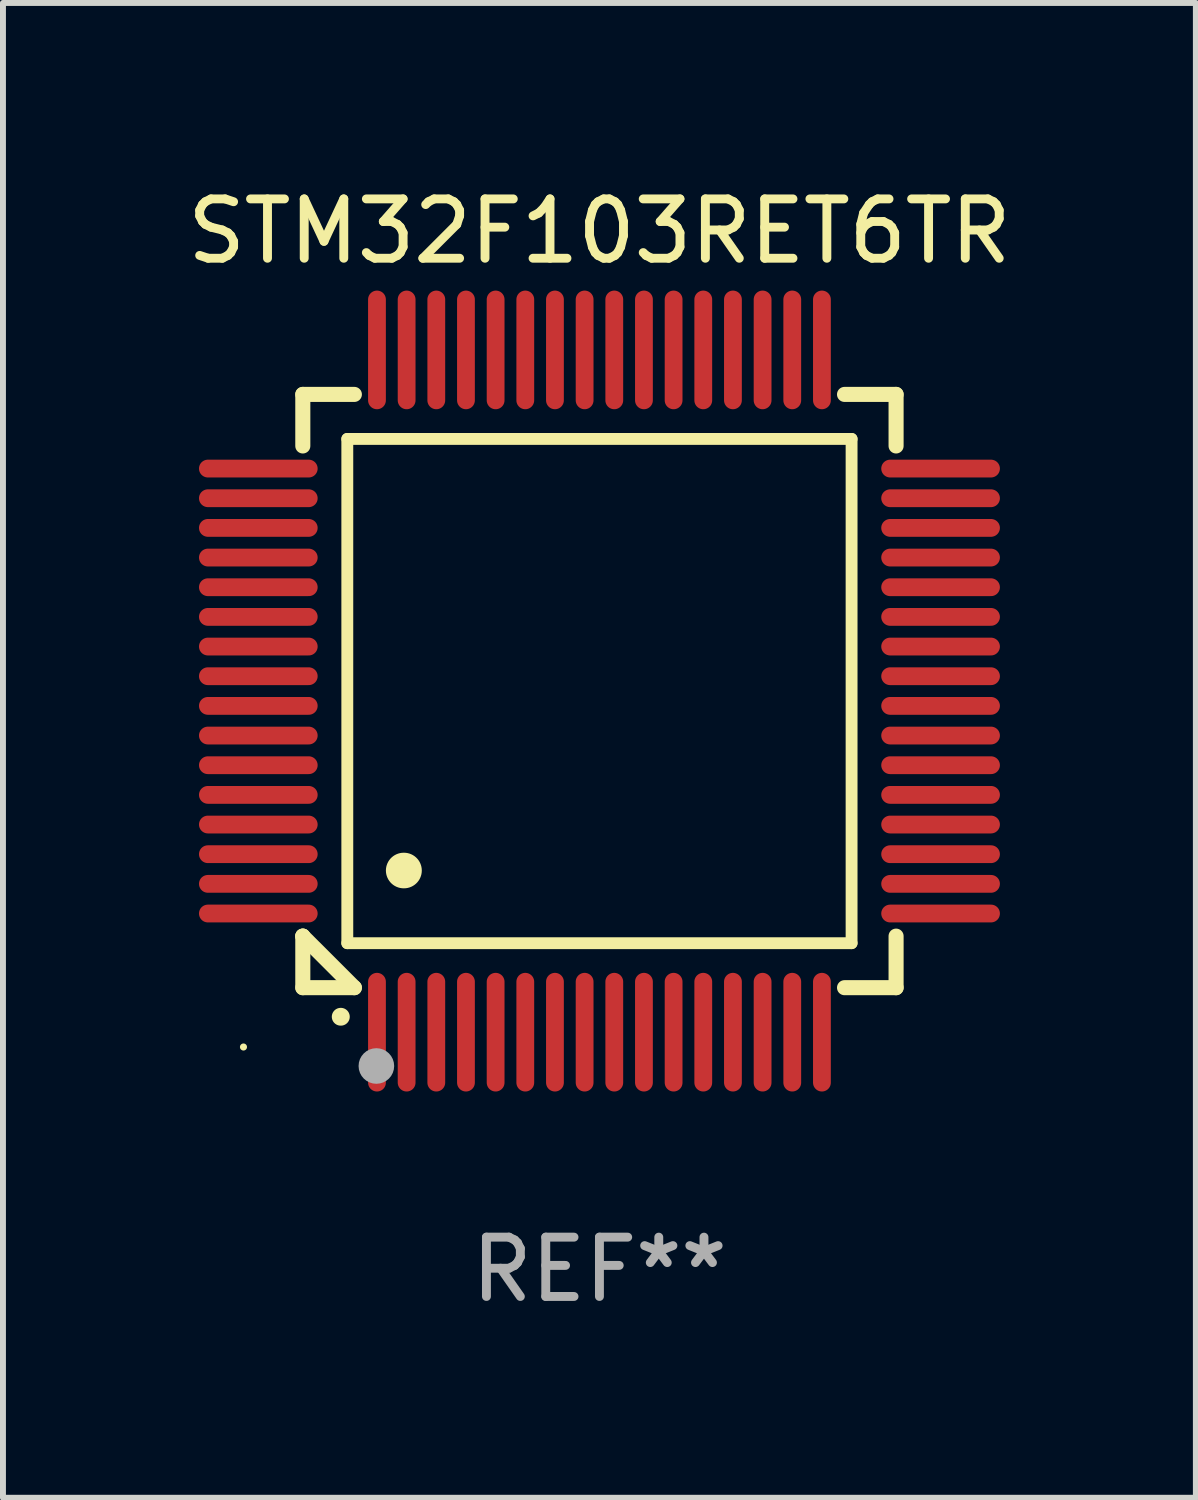
<source format=kicad_pcb>
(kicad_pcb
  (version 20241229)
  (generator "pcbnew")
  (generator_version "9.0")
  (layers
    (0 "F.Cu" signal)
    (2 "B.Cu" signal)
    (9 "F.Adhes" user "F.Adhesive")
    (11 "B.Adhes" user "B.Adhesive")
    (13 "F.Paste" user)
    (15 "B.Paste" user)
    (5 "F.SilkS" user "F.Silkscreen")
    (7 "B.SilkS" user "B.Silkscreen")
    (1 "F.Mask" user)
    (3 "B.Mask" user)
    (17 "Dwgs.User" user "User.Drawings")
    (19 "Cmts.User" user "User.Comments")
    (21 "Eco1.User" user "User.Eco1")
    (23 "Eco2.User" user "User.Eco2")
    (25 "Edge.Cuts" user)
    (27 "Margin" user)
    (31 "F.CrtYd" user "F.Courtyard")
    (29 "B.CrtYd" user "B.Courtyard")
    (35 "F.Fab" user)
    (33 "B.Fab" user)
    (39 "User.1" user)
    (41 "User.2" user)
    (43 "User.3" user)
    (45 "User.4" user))
  (footprint "STM32F103RET6TR"
    (layer "F.Cu")
    (at 7.054 8.598)
    (property "Reference" "STM32F103RET6TR" (at 0 -7.75 0) (layer "F.SilkS") (effects (font (size 1 1) (thickness 0.15))))
    (attr through_hole)
    (fp_line (start -5 -5) (end -4.131 -5) (stroke (width 0.254) (type solid)) (layer "F.SilkS"))
    (fp_line (start -5 -4.131) (end -5 -5) (stroke (width 0.254) (type solid)) (layer "F.SilkS"))
    (fp_line (start -5 4.131) (end -5 4.131) (stroke (width 0.254) (type solid)) (layer "F.SilkS"))
    (fp_line (start -5 5) (end -5 4.131) (stroke (width 0.254) (type solid)) (layer "F.SilkS"))
    (fp_line (start -5 4.131) (end -4.131 5) (stroke (width 0.254) (type solid)) (layer "F.SilkS"))
    (fp_line (start -4.25 -4.25) (end -4.25 4.25) (stroke (width 0.2) (type solid)) (layer "F.SilkS"))
    (fp_line (start -4.25 4.25) (end 4.25 4.25) (stroke (width 0.2) (type solid)) (layer "F.SilkS"))
    (fp_line (start -4.131 5) (end -5 5) (stroke (width 0.254) (type solid)) (layer "F.SilkS"))
    (fp_line (start 4.25 -4.25) (end -4.25 -4.25) (stroke (width 0.2) (type solid)) (layer "F.SilkS"))
    (fp_line (start 4.25 4.25) (end 4.25 -4.25) (stroke (width 0.2) (type solid)) (layer "F.SilkS"))
    (fp_line (start 5 -5) (end 4.131 -5) (stroke (width 0.254) (type solid)) (layer "F.SilkS"))
    (fp_line (start 5 -5) (end 5 -4.131) (stroke (width 0.254) (type solid)) (layer "F.SilkS"))
    (fp_line (start 5 4.131) (end 5 5) (stroke (width 0.254) (type solid)) (layer "F.SilkS"))
    (fp_line (start 5 5) (end 4.131 5) (stroke (width 0.254) (type solid)) (layer "F.SilkS"))
    (fp_arc (start -4.361265 5.489992) (mid -4.359995 5.489987) (end -4.358725 5.489992) (stroke (width 0.3) (type solid)) (layer "F.SilkS"))
    (fp_arc (start -3.299467 3.025146) (mid -3.296927 3.025135) (end -3.294387 3.025146) (stroke (width 0.6) (type solid)) (layer "F.SilkS"))
    (fp_circle (center -6 6) (end -5.97 6) (stroke (width 0.06) (type solid)) (fill no) (layer "F.SilkS"))
    (fp_circle (center -3.76 6.32) (end -3.61 6.32) (stroke (width 0.3) (type solid)) (fill no) (layer "F.Fab"))
    (fp_text user "REF**" (at 0 9.75 0) (layer "F.Fab") (effects (font (size 1 1) (thickness 0.15))))
    (pad "1" smd oval (at -3.75 5.75) (size 0.3 2) (layers "F.Cu" "F.Mask" "F.Paste"))
    (pad "2" smd oval (at -3.25 5.75) (size 0.3 2) (layers "F.Cu" "F.Mask" "F.Paste"))
    (pad "3" smd oval (at -2.75 5.75) (size 0.3 2) (layers "F.Cu" "F.Mask" "F.Paste"))
    (pad "4" smd oval (at -2.25 5.75) (size 0.3 2) (layers "F.Cu" "F.Mask" "F.Paste"))
    (pad "5" smd oval (at -1.75 5.75) (size 0.3 2) (layers "F.Cu" "F.Mask" "F.Paste"))
    (pad "6" smd oval (at -1.25 5.75) (size 0.3 2) (layers "F.Cu" "F.Mask" "F.Paste"))
    (pad "7" smd oval (at -0.75 5.75) (size 0.3 2) (layers "F.Cu" "F.Mask" "F.Paste"))
    (pad "8" smd oval (at -0.25 5.75) (size 0.3 2) (layers "F.Cu" "F.Mask" "F.Paste"))
    (pad "9" smd oval (at 0.25 5.75) (size 0.3 2) (layers "F.Cu" "F.Mask" "F.Paste"))
    (pad "10" smd oval (at 0.75 5.75) (size 0.3 2) (layers "F.Cu" "F.Mask" "F.Paste"))
    (pad "11" smd oval (at 1.25 5.75) (size 0.3 2) (layers "F.Cu" "F.Mask" "F.Paste"))
    (pad "12" smd oval (at 1.75 5.75) (size 0.3 2) (layers "F.Cu" "F.Mask" "F.Paste"))
    (pad "13" smd oval (at 2.25 5.75) (size 0.3 2) (layers "F.Cu" "F.Mask" "F.Paste"))
    (pad "14" smd oval (at 2.75 5.75) (size 0.3 2) (layers "F.Cu" "F.Mask" "F.Paste"))
    (pad "15" smd oval (at 3.25 5.75) (size 0.3 2) (layers "F.Cu" "F.Mask" "F.Paste"))
    (pad "16" smd oval (at 3.75 5.75) (size 0.3 2) (layers "F.Cu" "F.Mask" "F.Paste"))
    (pad "17" smd oval (at 5.75 3.75) (size 2 0.3) (layers "F.Cu" "F.Mask" "F.Paste"))
    (pad "18" smd oval (at 5.75 3.25) (size 2 0.3) (layers "F.Cu" "F.Mask" "F.Paste"))
    (pad "19" smd oval (at 5.75 2.75) (size 2 0.3) (layers "F.Cu" "F.Mask" "F.Paste"))
    (pad "20" smd oval (at 5.75 2.25) (size 2 0.3) (layers "F.Cu" "F.Mask" "F.Paste"))
    (pad "21" smd oval (at 5.75 1.75) (size 2 0.3) (layers "F.Cu" "F.Mask" "F.Paste"))
    (pad "22" smd oval (at 5.75 1.25) (size 2 0.3) (layers "F.Cu" "F.Mask" "F.Paste"))
    (pad "23" smd oval (at 5.75 0.75) (size 2 0.3) (layers "F.Cu" "F.Mask" "F.Paste"))
    (pad "24" smd oval (at 5.75 0.25) (size 2 0.3) (layers "F.Cu" "F.Mask" "F.Paste"))
    (pad "25" smd oval (at 5.75 -0.25) (size 2 0.3) (layers "F.Cu" "F.Mask" "F.Paste"))
    (pad "26" smd oval (at 5.75 -0.75) (size 2 0.3) (layers "F.Cu" "F.Mask" "F.Paste"))
    (pad "27" smd oval (at 5.75 -1.25) (size 2 0.3) (layers "F.Cu" "F.Mask" "F.Paste"))
    (pad "28" smd oval (at 5.75 -1.75) (size 2 0.3) (layers "F.Cu" "F.Mask" "F.Paste"))
    (pad "29" smd oval (at 5.75 -2.25) (size 2 0.3) (layers "F.Cu" "F.Mask" "F.Paste"))
    (pad "30" smd oval (at 5.75 -2.75) (size 2 0.3) (layers "F.Cu" "F.Mask" "F.Paste"))
    (pad "31" smd oval (at 5.75 -3.25) (size 2 0.3) (layers "F.Cu" "F.Mask" "F.Paste"))
    (pad "32" smd oval (at 5.75 -3.75) (size 2 0.3) (layers "F.Cu" "F.Mask" "F.Paste"))
    (pad "33" smd oval (at 3.75 -5.75) (size 0.3 2) (layers "F.Cu" "F.Mask" "F.Paste"))
    (pad "34" smd oval (at 3.25 -5.75) (size 0.3 2) (layers "F.Cu" "F.Mask" "F.Paste"))
    (pad "35" smd oval (at 2.75 -5.75) (size 0.3 2) (layers "F.Cu" "F.Mask" "F.Paste"))
    (pad "36" smd oval (at 2.25 -5.75) (size 0.3 2) (layers "F.Cu" "F.Mask" "F.Paste"))
    (pad "37" smd oval (at 1.75 -5.75) (size 0.3 2) (layers "F.Cu" "F.Mask" "F.Paste"))
    (pad "38" smd oval (at 1.25 -5.75) (size 0.3 2) (layers "F.Cu" "F.Mask" "F.Paste"))
    (pad "39" smd oval (at 0.75 -5.75) (size 0.3 2) (layers "F.Cu" "F.Mask" "F.Paste"))
    (pad "40" smd oval (at 0.25 -5.75) (size 0.3 2) (layers "F.Cu" "F.Mask" "F.Paste"))
    (pad "41" smd oval (at -0.25 -5.75) (size 0.3 2) (layers "F.Cu" "F.Mask" "F.Paste"))
    (pad "42" smd oval (at -0.75 -5.75) (size 0.3 2) (layers "F.Cu" "F.Mask" "F.Paste"))
    (pad "43" smd oval (at -1.25 -5.75) (size 0.3 2) (layers "F.Cu" "F.Mask" "F.Paste"))
    (pad "44" smd oval (at -1.75 -5.75) (size 0.3 2) (layers "F.Cu" "F.Mask" "F.Paste"))
    (pad "45" smd oval (at -2.25 -5.75) (size 0.3 2) (layers "F.Cu" "F.Mask" "F.Paste"))
    (pad "46" smd oval (at -2.75 -5.75) (size 0.3 2) (layers "F.Cu" "F.Mask" "F.Paste"))
    (pad "47" smd oval (at -3.25 -5.75) (size 0.3 2) (layers "F.Cu" "F.Mask" "F.Paste"))
    (pad "48" smd oval (at -3.75 -5.75) (size 0.3 2) (layers "F.Cu" "F.Mask" "F.Paste"))
    (pad "49" smd oval (at -5.75 -3.75) (size 2 0.3) (layers "F.Cu" "F.Mask" "F.Paste"))
    (pad "50" smd oval (at -5.75 -3.25) (size 2 0.3) (layers "F.Cu" "F.Mask" "F.Paste"))
    (pad "51" smd oval (at -5.75 -2.75) (size 2 0.3) (layers "F.Cu" "F.Mask" "F.Paste"))
    (pad "52" smd oval (at -5.75 -2.25) (size 2 0.3) (layers "F.Cu" "F.Mask" "F.Paste"))
    (pad "53" smd oval (at -5.75 -1.75) (size 2 0.3) (layers "F.Cu" "F.Mask" "F.Paste"))
    (pad "54" smd oval (at -5.75 -1.25) (size 2 0.3) (layers "F.Cu" "F.Mask" "F.Paste"))
    (pad "55" smd oval (at -5.75 -0.75) (size 2 0.3) (layers "F.Cu" "F.Mask" "F.Paste"))
    (pad "56" smd oval (at -5.75 -0.25) (size 2 0.3) (layers "F.Cu" "F.Mask" "F.Paste"))
    (pad "57" smd oval (at -5.75 0.25) (size 2 0.3) (layers "F.Cu" "F.Mask" "F.Paste"))
    (pad "58" smd oval (at -5.75 0.75) (size 2 0.3) (layers "F.Cu" "F.Mask" "F.Paste"))
    (pad "59" smd oval (at -5.75 1.25) (size 2 0.3) (layers "F.Cu" "F.Mask" "F.Paste"))
    (pad "60" smd oval (at -5.75 1.75) (size 2 0.3) (layers "F.Cu" "F.Mask" "F.Paste"))
    (pad "61" smd oval (at -5.75 2.25) (size 2 0.3) (layers "F.Cu" "F.Mask" "F.Paste"))
    (pad "62" smd oval (at -5.75 2.75) (size 2 0.3) (layers "F.Cu" "F.Mask" "F.Paste"))
    (pad "63" smd oval (at -5.75 3.25) (size 2 0.3) (layers "F.Cu" "F.Mask" "F.Paste"))
    (pad "64" smd oval (at -5.75 3.75) (size 2 0.3) (layers "F.Cu" "F.Mask" "F.Paste")))
  (gr_rect
    (start -3 -3)
    (end 17.107 22.196)
    (stroke (width 0.1) (type default))
    (fill no)
    (layer "Edge.Cuts")))
</source>
